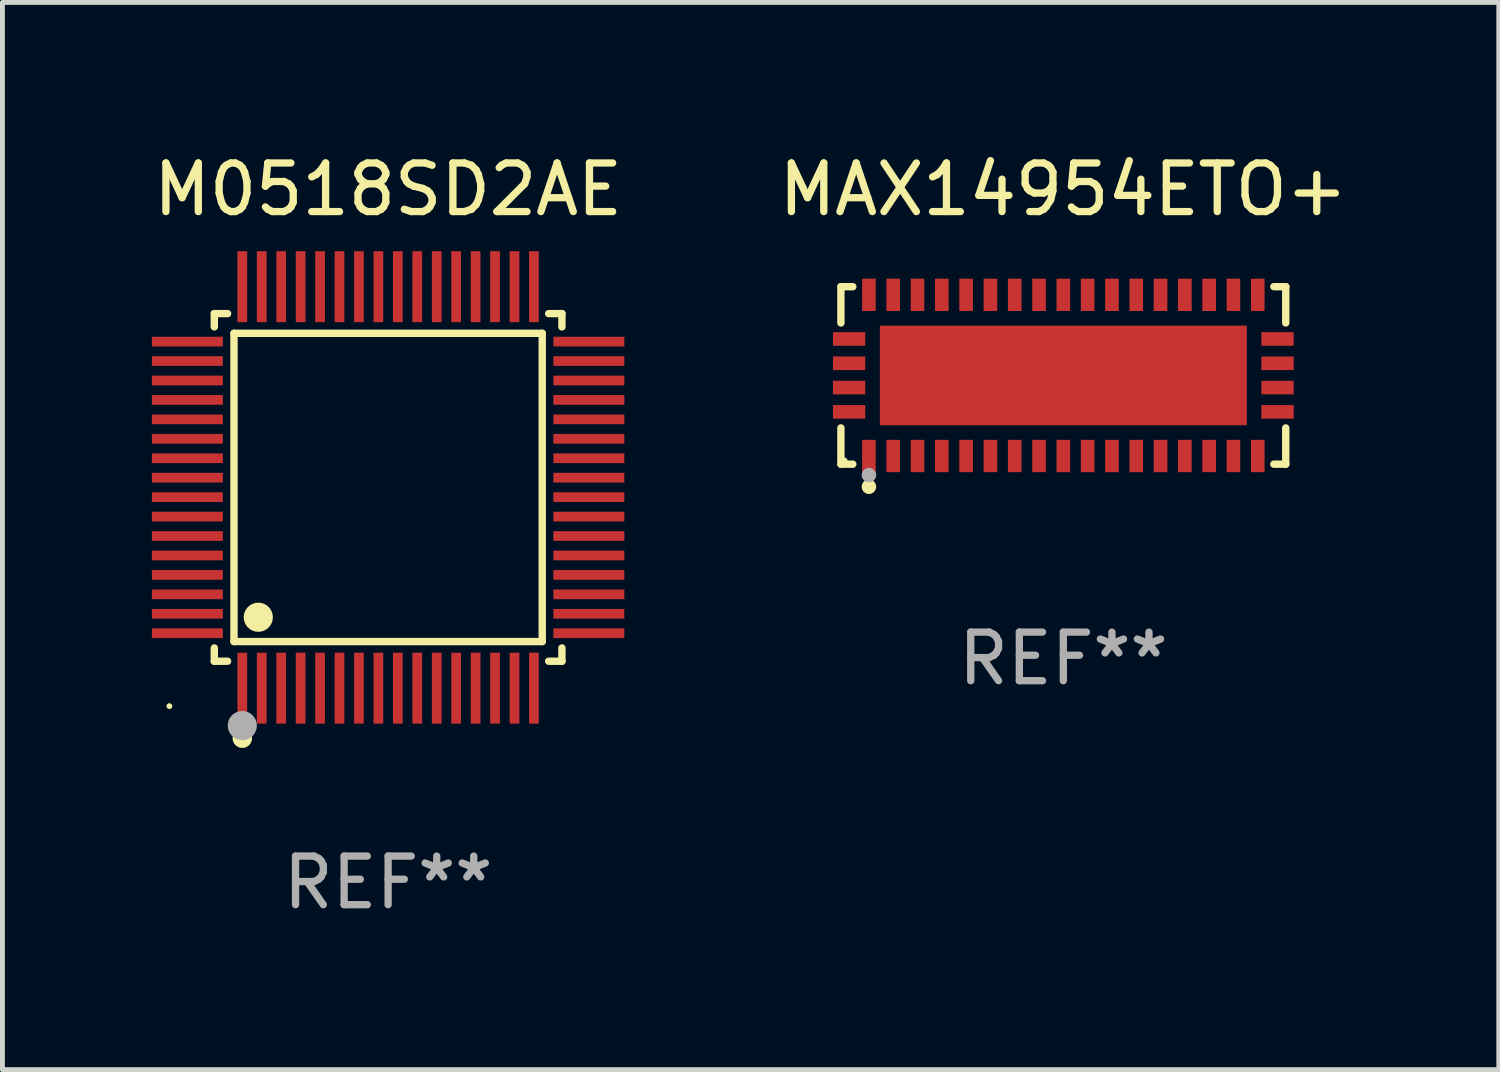
<source format=kicad_pcb>
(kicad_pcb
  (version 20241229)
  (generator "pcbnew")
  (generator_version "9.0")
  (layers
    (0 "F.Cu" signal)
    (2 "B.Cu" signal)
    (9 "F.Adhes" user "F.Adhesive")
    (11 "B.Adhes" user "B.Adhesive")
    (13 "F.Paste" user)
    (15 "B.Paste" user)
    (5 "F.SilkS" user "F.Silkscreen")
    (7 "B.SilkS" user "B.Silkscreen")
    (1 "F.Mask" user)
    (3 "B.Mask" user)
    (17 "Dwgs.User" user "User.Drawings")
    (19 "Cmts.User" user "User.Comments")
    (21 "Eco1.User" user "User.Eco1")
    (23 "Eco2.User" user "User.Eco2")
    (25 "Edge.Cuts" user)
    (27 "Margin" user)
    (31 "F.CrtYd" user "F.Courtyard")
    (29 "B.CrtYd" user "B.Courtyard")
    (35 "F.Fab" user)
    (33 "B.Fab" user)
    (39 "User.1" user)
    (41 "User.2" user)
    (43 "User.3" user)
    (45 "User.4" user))
  (footprint "MAX14954ETO+"
    (layer "F.Cu")
    (at 18.827 4.674)
    (property "Reference" "MAX14954ETO+" (at 0 -3.826 0) (layer "F.SilkS") (effects (font (size 1 1) (thickness 0.15))))
    (attr through_hole)
    (fp_line (start -4.576 -1.826) (end -4.331 -1.826) (stroke (width 0.152) (type solid)) (layer "F.SilkS"))
    (fp_line (start -4.576 -1.08) (end -4.576 -1.826) (stroke (width 0.152) (type solid)) (layer "F.SilkS"))
    (fp_line (start -4.576 1.08) (end -4.576 1.826) (stroke (width 0.152) (type solid)) (layer "F.SilkS"))
    (fp_line (start -4.576 1.826) (end -4.331 1.826) (stroke (width 0.152) (type solid)) (layer "F.SilkS"))
    (fp_line (start 4.576 -1.826) (end 4.331 -1.826) (stroke (width 0.152) (type solid)) (layer "F.SilkS"))
    (fp_line (start 4.576 -1.08) (end 4.576 -1.826) (stroke (width 0.152) (type solid)) (layer "F.SilkS"))
    (fp_line (start 4.576 1.08) (end 4.576 1.826) (stroke (width 0.152) (type solid)) (layer "F.SilkS"))
    (fp_line (start 4.576 1.826) (end 4.331 1.826) (stroke (width 0.152) (type solid)) (layer "F.SilkS"))
    (fp_circle (center -4.5 1.75) (end -4.47 1.75) (stroke (width 0.06) (type solid)) (fill no) (layer "F.SilkS"))
    (fp_circle (center -4 2.29) (end -3.925 2.29) (stroke (width 0.15) (type solid)) (fill no) (layer "F.SilkS"))
    (fp_circle (center -4 2.05) (end -3.925 2.05) (stroke (width 0.15) (type solid)) (fill no) (layer "F.Fab"))
    (fp_text user "REF**" (at 0 5.826 0) (layer "F.Fab") (effects (font (size 1 1) (thickness 0.15))))
    (pad "1" smd rect (at -4 1.658) (size 0.28 0.665) (layers "F.Cu" "F.Mask" "F.Paste"))
    (pad "2" smd rect (at -3.5 1.658) (size 0.28 0.665) (layers "F.Cu" "F.Mask" "F.Paste"))
    (pad "3" smd rect (at -3 1.658) (size 0.28 0.665) (layers "F.Cu" "F.Mask" "F.Paste"))
    (pad "4" smd rect (at -2.5 1.658) (size 0.28 0.665) (layers "F.Cu" "F.Mask" "F.Paste"))
    (pad "5" smd rect (at -2 1.658) (size 0.28 0.665) (layers "F.Cu" "F.Mask" "F.Paste"))
    (pad "6" smd rect (at -1.5 1.658) (size 0.28 0.665) (layers "F.Cu" "F.Mask" "F.Paste"))
    (pad "7" smd rect (at -1 1.658) (size 0.28 0.665) (layers "F.Cu" "F.Mask" "F.Paste"))
    (pad "8" smd rect (at -0.5 1.658) (size 0.28 0.665) (layers "F.Cu" "F.Mask" "F.Paste"))
    (pad "9" smd rect (at 0 1.658) (size 0.28 0.665) (layers "F.Cu" "F.Mask" "F.Paste"))
    (pad "10" smd rect (at 0.5 1.658) (size 0.28 0.665) (layers "F.Cu" "F.Mask" "F.Paste"))
    (pad "11" smd rect (at 1 1.658) (size 0.28 0.665) (layers "F.Cu" "F.Mask" "F.Paste"))
    (pad "12" smd rect (at 1.5 1.658) (size 0.28 0.665) (layers "F.Cu" "F.Mask" "F.Paste"))
    (pad "13" smd rect (at 2 1.658) (size 0.28 0.665) (layers "F.Cu" "F.Mask" "F.Paste"))
    (pad "14" smd rect (at 2.5 1.658) (size 0.28 0.665) (layers "F.Cu" "F.Mask" "F.Paste"))
    (pad "15" smd rect (at 3 1.658) (size 0.28 0.665) (layers "F.Cu" "F.Mask" "F.Paste"))
    (pad "16" smd rect (at 3.5 1.658) (size 0.28 0.665) (layers "F.Cu" "F.Mask" "F.Paste"))
    (pad "17" smd rect (at 4 1.658) (size 0.28 0.665) (layers "F.Cu" "F.Mask" "F.Paste"))
    (pad "18" smd rect (at 4.407 0.75) (size 0.665 0.28) (layers "F.Cu" "F.Mask" "F.Paste"))
    (pad "19" smd rect (at 4.407 0.25) (size 0.665 0.28) (layers "F.Cu" "F.Mask" "F.Paste"))
    (pad "20" smd rect (at 4.407 -0.25) (size 0.665 0.28) (layers "F.Cu" "F.Mask" "F.Paste"))
    (pad "21" smd rect (at 4.407 -0.75) (size 0.665 0.28) (layers "F.Cu" "F.Mask" "F.Paste"))
    (pad "22" smd rect (at 4 -1.658) (size 0.28 0.665) (layers "F.Cu" "F.Mask" "F.Paste"))
    (pad "23" smd rect (at 3.5 -1.658) (size 0.28 0.665) (layers "F.Cu" "F.Mask" "F.Paste"))
    (pad "24" smd rect (at 3 -1.658) (size 0.28 0.665) (layers "F.Cu" "F.Mask" "F.Paste"))
    (pad "25" smd rect (at 2.5 -1.658) (size 0.28 0.665) (layers "F.Cu" "F.Mask" "F.Paste"))
    (pad "26" smd rect (at 2 -1.658) (size 0.28 0.665) (layers "F.Cu" "F.Mask" "F.Paste"))
    (pad "27" smd rect (at 1.5 -1.658) (size 0.28 0.665) (layers "F.Cu" "F.Mask" "F.Paste"))
    (pad "28" smd rect (at 1 -1.658) (size 0.28 0.665) (layers "F.Cu" "F.Mask" "F.Paste"))
    (pad "29" smd rect (at 0.5 -1.658) (size 0.28 0.665) (layers "F.Cu" "F.Mask" "F.Paste"))
    (pad "30" smd rect (at 0 -1.658) (size 0.28 0.665) (layers "F.Cu" "F.Mask" "F.Paste"))
    (pad "31" smd rect (at -0.5 -1.658) (size 0.28 0.665) (layers "F.Cu" "F.Mask" "F.Paste"))
    (pad "32" smd rect (at -1 -1.658) (size 0.28 0.665) (layers "F.Cu" "F.Mask" "F.Paste"))
    (pad "33" smd rect (at -1.5 -1.658) (size 0.28 0.665) (layers "F.Cu" "F.Mask" "F.Paste"))
    (pad "34" smd rect (at -2 -1.658) (size 0.28 0.665) (layers "F.Cu" "F.Mask" "F.Paste"))
    (pad "35" smd rect (at -2.5 -1.658) (size 0.28 0.665) (layers "F.Cu" "F.Mask" "F.Paste"))
    (pad "36" smd rect (at -3 -1.658) (size 0.28 0.665) (layers "F.Cu" "F.Mask" "F.Paste"))
    (pad "37" smd rect (at -3.5 -1.658) (size 0.28 0.665) (layers "F.Cu" "F.Mask" "F.Paste"))
    (pad "38" smd rect (at -4 -1.658) (size 0.28 0.665) (layers "F.Cu" "F.Mask" "F.Paste"))
    (pad "39" smd rect (at -4.407 -0.75) (size 0.665 0.28) (layers "F.Cu" "F.Mask" "F.Paste"))
    (pad "40" smd rect (at -4.407 -0.25) (size 0.665 0.28) (layers "F.Cu" "F.Mask" "F.Paste"))
    (pad "41" smd rect (at -4.407 0.25) (size 0.665 0.28) (layers "F.Cu" "F.Mask" "F.Paste"))
    (pad "42" smd rect (at -4.407 0.75) (size 0.665 0.28) (layers "F.Cu" "F.Mask" "F.Paste"))
    (pad "43" smd rect (at 0 0) (size 7.55 2.05) (layers "F.Cu" "F.Mask" "F.Paste")))
  (footprint "M0518SD2AE"
    (layer "F.Cu")
    (at 4.935 6.978)
    (property "Reference" "M0518SD2AE" (at 0 -6.13 0) (layer "F.SilkS") (effects (font (size 1 1) (thickness 0.15))))
    (attr through_hole)
    (fp_line (start -3.576 -3.576) (end -3.303 -3.576) (stroke (width 0.152) (type solid)) (layer "F.SilkS"))
    (fp_line (start -3.576 -3.303) (end -3.576 -3.576) (stroke (width 0.152) (type solid)) (layer "F.SilkS"))
    (fp_line (start -3.576 3.303) (end -3.576 3.576) (stroke (width 0.152) (type solid)) (layer "F.SilkS"))
    (fp_line (start -3.576 3.576) (end -3.303 3.576) (stroke (width 0.152) (type solid)) (layer "F.SilkS"))
    (fp_line (start -3.171 -3.171) (end 3.171 -3.171) (stroke (width 0.152) (type solid)) (layer "F.SilkS"))
    (fp_line (start -3.171 3.171) (end -3.171 -3.171) (stroke (width 0.152) (type solid)) (layer "F.SilkS"))
    (fp_line (start 3.171 -3.171) (end 3.171 3.171) (stroke (width 0.152) (type solid)) (layer "F.SilkS"))
    (fp_line (start 3.171 3.171) (end -3.171 3.171) (stroke (width 0.152) (type solid)) (layer "F.SilkS"))
    (fp_line (start 3.576 -3.576) (end 3.303 -3.576) (stroke (width 0.152) (type solid)) (layer "F.SilkS"))
    (fp_line (start 3.576 -3.303) (end 3.576 -3.576) (stroke (width 0.152) (type solid)) (layer "F.SilkS"))
    (fp_line (start 3.576 3.303) (end 3.576 3.576) (stroke (width 0.152) (type solid)) (layer "F.SilkS"))
    (fp_line (start 3.576 3.576) (end 3.303 3.576) (stroke (width 0.152) (type solid)) (layer "F.SilkS"))
    (fp_circle (center -4.5 4.5) (end -4.47 4.5) (stroke (width 0.06) (type solid)) (fill no) (layer "F.SilkS"))
    (fp_circle (center -3 5.16) (end -2.9 5.16) (stroke (width 0.2) (type solid)) (fill no) (layer "F.SilkS"))
    (fp_circle (center -2.671 2.671) (end -2.521 2.671) (stroke (width 0.3) (type solid)) (fill no) (layer "F.SilkS"))
    (fp_circle (center -3 4.9) (end -2.85 4.9) (stroke (width 0.3) (type solid)) (fill no) (layer "F.Fab"))
    (fp_text user "REF**" (at 0 8.13 0) (layer "F.Fab") (effects (font (size 1 1) (thickness 0.15))))
    (pad "1" smd rect (at -3 4.13) (size 0.2 1.46) (layers "F.Cu" "F.Mask" "F.Paste"))
    (pad "2" smd rect (at -2.6 4.13) (size 0.2 1.46) (layers "F.Cu" "F.Mask" "F.Paste"))
    (pad "3" smd rect (at -2.2 4.13) (size 0.2 1.46) (layers "F.Cu" "F.Mask" "F.Paste"))
    (pad "4" smd rect (at -1.8 4.13) (size 0.2 1.46) (layers "F.Cu" "F.Mask" "F.Paste"))
    (pad "5" smd rect (at -1.4 4.13) (size 0.2 1.46) (layers "F.Cu" "F.Mask" "F.Paste"))
    (pad "6" smd rect (at -1 4.13) (size 0.2 1.46) (layers "F.Cu" "F.Mask" "F.Paste"))
    (pad "7" smd rect (at -0.6 4.13) (size 0.2 1.46) (layers "F.Cu" "F.Mask" "F.Paste"))
    (pad "8" smd rect (at -0.2 4.13) (size 0.2 1.46) (layers "F.Cu" "F.Mask" "F.Paste"))
    (pad "9" smd rect (at 0.2 4.13) (size 0.2 1.46) (layers "F.Cu" "F.Mask" "F.Paste"))
    (pad "10" smd rect (at 0.6 4.13) (size 0.2 1.46) (layers "F.Cu" "F.Mask" "F.Paste"))
    (pad "11" smd rect (at 1 4.13) (size 0.2 1.46) (layers "F.Cu" "F.Mask" "F.Paste"))
    (pad "12" smd rect (at 1.4 4.13) (size 0.2 1.46) (layers "F.Cu" "F.Mask" "F.Paste"))
    (pad "13" smd rect (at 1.8 4.13) (size 0.2 1.46) (layers "F.Cu" "F.Mask" "F.Paste"))
    (pad "14" smd rect (at 2.2 4.13) (size 0.2 1.46) (layers "F.Cu" "F.Mask" "F.Paste"))
    (pad "15" smd rect (at 2.6 4.13) (size 0.2 1.46) (layers "F.Cu" "F.Mask" "F.Paste"))
    (pad "16" smd rect (at 3 4.13) (size 0.2 1.46) (layers "F.Cu" "F.Mask" "F.Paste"))
    (pad "17" smd rect (at 4.13 3) (size 1.46 0.2) (layers "F.Cu" "F.Mask" "F.Paste"))
    (pad "18" smd rect (at 4.13 2.6) (size 1.46 0.2) (layers "F.Cu" "F.Mask" "F.Paste"))
    (pad "19" smd rect (at 4.13 2.2) (size 1.46 0.2) (layers "F.Cu" "F.Mask" "F.Paste"))
    (pad "20" smd rect (at 4.13 1.8) (size 1.46 0.2) (layers "F.Cu" "F.Mask" "F.Paste"))
    (pad "21" smd rect (at 4.13 1.4) (size 1.46 0.2) (layers "F.Cu" "F.Mask" "F.Paste"))
    (pad "22" smd rect (at 4.13 1) (size 1.46 0.2) (layers "F.Cu" "F.Mask" "F.Paste"))
    (pad "23" smd rect (at 4.13 0.6) (size 1.46 0.2) (layers "F.Cu" "F.Mask" "F.Paste"))
    (pad "24" smd rect (at 4.13 0.2) (size 1.46 0.2) (layers "F.Cu" "F.Mask" "F.Paste"))
    (pad "25" smd rect (at 4.13 -0.2) (size 1.46 0.2) (layers "F.Cu" "F.Mask" "F.Paste"))
    (pad "26" smd rect (at 4.13 -0.6) (size 1.46 0.2) (layers "F.Cu" "F.Mask" "F.Paste"))
    (pad "27" smd rect (at 4.13 -1) (size 1.46 0.2) (layers "F.Cu" "F.Mask" "F.Paste"))
    (pad "28" smd rect (at 4.13 -1.4) (size 1.46 0.2) (layers "F.Cu" "F.Mask" "F.Paste"))
    (pad "29" smd rect (at 4.13 -1.8) (size 1.46 0.2) (layers "F.Cu" "F.Mask" "F.Paste"))
    (pad "30" smd rect (at 4.13 -2.2) (size 1.46 0.2) (layers "F.Cu" "F.Mask" "F.Paste"))
    (pad "31" smd rect (at 4.13 -2.6) (size 1.46 0.2) (layers "F.Cu" "F.Mask" "F.Paste"))
    (pad "32" smd rect (at 4.13 -3) (size 1.46 0.2) (layers "F.Cu" "F.Mask" "F.Paste"))
    (pad "33" smd rect (at 3 -4.13) (size 0.2 1.46) (layers "F.Cu" "F.Mask" "F.Paste"))
    (pad "34" smd rect (at 2.6 -4.13) (size 0.2 1.46) (layers "F.Cu" "F.Mask" "F.Paste"))
    (pad "35" smd rect (at 2.2 -4.13) (size 0.2 1.46) (layers "F.Cu" "F.Mask" "F.Paste"))
    (pad "36" smd rect (at 1.8 -4.13) (size 0.2 1.46) (layers "F.Cu" "F.Mask" "F.Paste"))
    (pad "37" smd rect (at 1.4 -4.13) (size 0.2 1.46) (layers "F.Cu" "F.Mask" "F.Paste"))
    (pad "38" smd rect (at 1 -4.13) (size 0.2 1.46) (layers "F.Cu" "F.Mask" "F.Paste"))
    (pad "39" smd rect (at 0.6 -4.13) (size 0.2 1.46) (layers "F.Cu" "F.Mask" "F.Paste"))
    (pad "40" smd rect (at 0.2 -4.13) (size 0.2 1.46) (layers "F.Cu" "F.Mask" "F.Paste"))
    (pad "41" smd rect (at -0.2 -4.13) (size 0.2 1.46) (layers "F.Cu" "F.Mask" "F.Paste"))
    (pad "42" smd rect (at -0.6 -4.13) (size 0.2 1.46) (layers "F.Cu" "F.Mask" "F.Paste"))
    (pad "43" smd rect (at -1 -4.13) (size 0.2 1.46) (layers "F.Cu" "F.Mask" "F.Paste"))
    (pad "44" smd rect (at -1.4 -4.13) (size 0.2 1.46) (layers "F.Cu" "F.Mask" "F.Paste"))
    (pad "45" smd rect (at -1.8 -4.13) (size 0.2 1.46) (layers "F.Cu" "F.Mask" "F.Paste"))
    (pad "46" smd rect (at -2.2 -4.13) (size 0.2 1.46) (layers "F.Cu" "F.Mask" "F.Paste"))
    (pad "47" smd rect (at -2.6 -4.13) (size 0.2 1.46) (layers "F.Cu" "F.Mask" "F.Paste"))
    (pad "48" smd rect (at -3 -4.13) (size 0.2 1.46) (layers "F.Cu" "F.Mask" "F.Paste"))
    (pad "49" smd rect (at -4.13 -3) (size 1.46 0.2) (layers "F.Cu" "F.Mask" "F.Paste"))
    (pad "50" smd rect (at -4.13 -2.6) (size 1.46 0.2) (layers "F.Cu" "F.Mask" "F.Paste"))
    (pad "51" smd rect (at -4.13 -2.2) (size 1.46 0.2) (layers "F.Cu" "F.Mask" "F.Paste"))
    (pad "52" smd rect (at -4.13 -1.8) (size 1.46 0.2) (layers "F.Cu" "F.Mask" "F.Paste"))
    (pad "53" smd rect (at -4.13 -1.4) (size 1.46 0.2) (layers "F.Cu" "F.Mask" "F.Paste"))
    (pad "54" smd rect (at -4.13 -1) (size 1.46 0.2) (layers "F.Cu" "F.Mask" "F.Paste"))
    (pad "55" smd rect (at -4.13 -0.6) (size 1.46 0.2) (layers "F.Cu" "F.Mask" "F.Paste"))
    (pad "56" smd rect (at -4.13 -0.2) (size 1.46 0.2) (layers "F.Cu" "F.Mask" "F.Paste"))
    (pad "57" smd rect (at -4.13 0.2) (size 1.46 0.2) (layers "F.Cu" "F.Mask" "F.Paste"))
    (pad "58" smd rect (at -4.13 0.6) (size 1.46 0.2) (layers "F.Cu" "F.Mask" "F.Paste"))
    (pad "59" smd rect (at -4.13 1) (size 1.46 0.2) (layers "F.Cu" "F.Mask" "F.Paste"))
    (pad "60" smd rect (at -4.13 1.4) (size 1.46 0.2) (layers "F.Cu" "F.Mask" "F.Paste"))
    (pad "61" smd rect (at -4.13 1.8) (size 1.46 0.2) (layers "F.Cu" "F.Mask" "F.Paste"))
    (pad "62" smd rect (at -4.13 2.2) (size 1.46 0.2) (layers "F.Cu" "F.Mask" "F.Paste"))
    (pad "63" smd rect (at -4.13 2.6) (size 1.46 0.2) (layers "F.Cu" "F.Mask" "F.Paste"))
    (pad "64" smd rect (at -4.13 3) (size 1.46 0.2) (layers "F.Cu" "F.Mask" "F.Paste")))
  (gr_rect
    (start -3 -3)
    (end 27.786 18.957)
    (stroke (width 0.1) (type default))
    (fill no)
    (layer "Edge.Cuts")))
</source>
